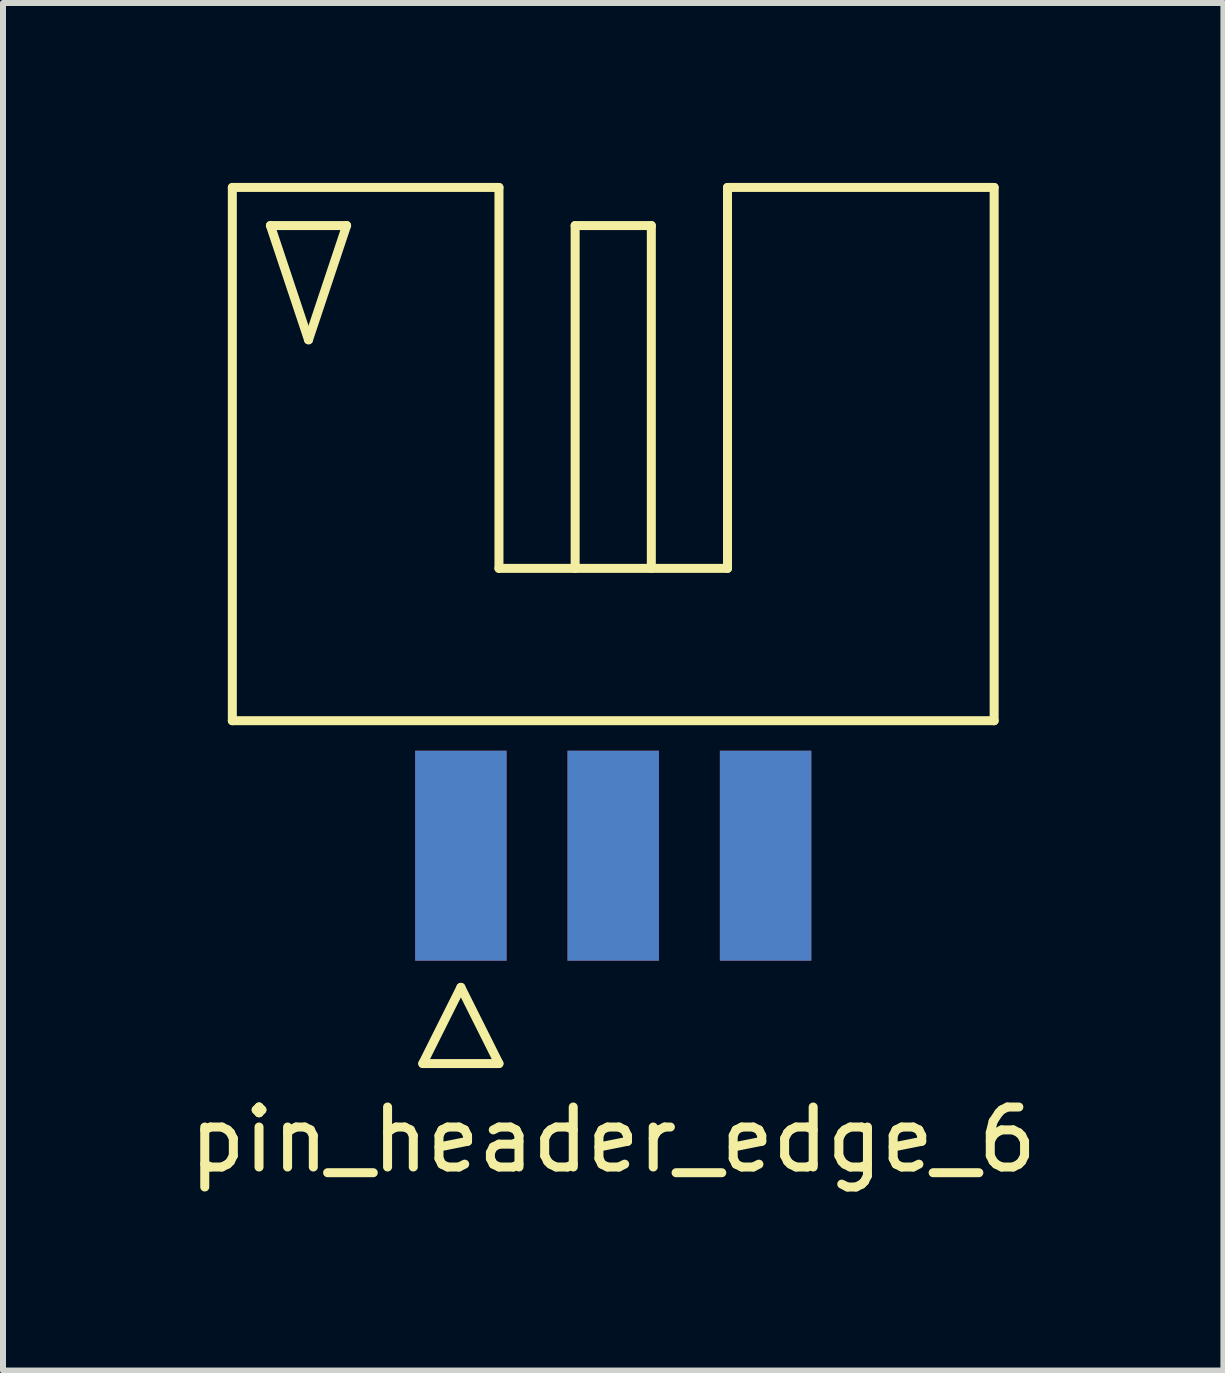
<source format=kicad_pcb>
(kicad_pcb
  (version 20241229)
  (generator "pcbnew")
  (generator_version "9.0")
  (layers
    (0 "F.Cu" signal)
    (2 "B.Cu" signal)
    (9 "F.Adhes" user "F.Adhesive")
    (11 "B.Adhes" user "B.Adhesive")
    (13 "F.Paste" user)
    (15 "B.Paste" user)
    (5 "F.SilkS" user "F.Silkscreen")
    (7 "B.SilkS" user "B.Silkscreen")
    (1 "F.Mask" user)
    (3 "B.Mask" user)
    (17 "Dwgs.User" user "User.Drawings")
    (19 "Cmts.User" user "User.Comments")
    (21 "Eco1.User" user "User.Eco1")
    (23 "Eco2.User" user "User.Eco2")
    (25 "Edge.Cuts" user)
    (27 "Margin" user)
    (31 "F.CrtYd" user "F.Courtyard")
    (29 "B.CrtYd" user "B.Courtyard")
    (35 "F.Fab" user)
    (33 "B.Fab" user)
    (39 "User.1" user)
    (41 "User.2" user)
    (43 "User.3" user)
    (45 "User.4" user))
  (footprint "pin_header_edge_6"
    (layer "F.Cu")
    (at 7.173 8.965)
    (property "Reference" "pin_header_edge_6" (at 0 6.985 0) (layer "F.SilkS") (effects (font (size 1 1) (thickness 0.15))))
    (attr through_hole)
    (fp_line (start -6.35 -8.89) (end -1.905 -8.89) (stroke (width 0.15) (type solid)) (layer "F.SilkS"))
    (fp_line (start -6.35 0) (end -6.35 -8.89) (stroke (width 0.15) (type solid)) (layer "F.SilkS"))
    (fp_line (start -5.715 -8.255) (end -4.445 -8.255) (stroke (width 0.15) (type solid)) (layer "F.SilkS"))
    (fp_line (start -5.08 -6.35) (end -5.715 -8.255) (stroke (width 0.15) (type solid)) (layer "F.SilkS"))
    (fp_line (start -4.445 -8.255) (end -5.08 -6.35) (stroke (width 0.15) (type solid)) (layer "F.SilkS"))
    (fp_line (start -3.175 5.715) (end -2.54 4.445) (stroke (width 0.15) (type solid)) (layer "F.SilkS"))
    (fp_line (start -2.54 4.445) (end -1.905 5.715) (stroke (width 0.15) (type solid)) (layer "F.SilkS"))
    (fp_line (start -1.905 -8.89) (end -1.905 -2.54) (stroke (width 0.15) (type solid)) (layer "F.SilkS"))
    (fp_line (start -1.905 -2.54) (end 1.905 -2.54) (stroke (width 0.15) (type solid)) (layer "F.SilkS"))
    (fp_line (start -1.905 5.715) (end -3.175 5.715) (stroke (width 0.15) (type solid)) (layer "F.SilkS"))
    (fp_line (start -0.635 -8.255) (end 0.635 -8.255) (stroke (width 0.15) (type solid)) (layer "F.SilkS"))
    (fp_line (start -0.635 -2.54) (end -0.635 -8.255) (stroke (width 0.15) (type solid)) (layer "F.SilkS"))
    (fp_line (start 0.635 -8.255) (end 0.635 -2.54) (stroke (width 0.15) (type solid)) (layer "F.SilkS"))
    (fp_line (start 1.905 -8.89) (end 6.35 -8.89) (stroke (width 0.15) (type solid)) (layer "F.SilkS"))
    (fp_line (start 1.905 -2.54) (end 1.905 -8.89) (stroke (width 0.15) (type solid)) (layer "F.SilkS"))
    (fp_line (start 6.35 -8.89) (end 6.35 0) (stroke (width 0.15) (type solid)) (layer "F.SilkS"))
    (fp_line (start 6.35 0) (end -6.35 0) (stroke (width 0.15) (type solid)) (layer "F.SilkS"))
    (pad "1" smd rect (at -2.54 2.25) (size 1.524 3.5) (layers "F.Cu" "F.Mask" "F.Paste"))
    (pad "2" smd rect (at -2.54 2.25) (size 1.524 3.5) (layers "F.Mask" "B.Cu" "F.Paste"))
    (pad "3" smd rect (at 0 2.25) (size 1.524 3.5) (layers "F.Cu" "F.Mask" "F.Paste"))
    (pad "4" smd rect (at 0 2.25) (size 1.524 3.5) (layers "F.Mask" "B.Cu" "F.Paste"))
    (pad "5" smd rect (at 2.54 2.25) (size 1.524 3.5) (layers "F.Cu" "F.Mask" "F.Paste"))
    (pad "6" smd rect (at 2.54 2.25) (size 1.524 3.5) (layers "F.Mask" "B.Cu" "F.Paste")))
  (gr_rect
    (start -3 -3)
    (end 17.345 19.798)
    (stroke (width 0.1) (type default))
    (fill no)
    (layer "Edge.Cuts")))
</source>
